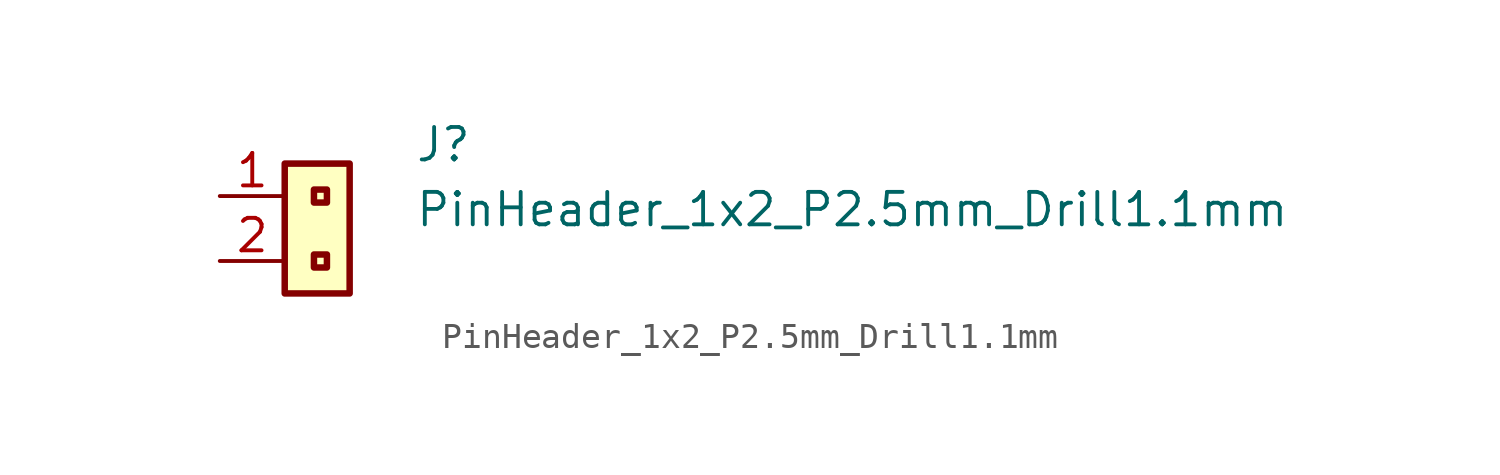
<source format=kicad_sym>
(kicad_symbol_lib
  (version 20211014)
  (generator kicad_symbol_editor)
  (symbol "PinHeader_1x2_P2.5mm_Drill1.1mm"
    (property "Reference" "J"
      (at 7.62 1.27 0)
      (effects (font (size 1.27 1.27) (thickness 0.15)) (justify left bottom)))
    (property "Value" "PinHeader_1x2_P2.5mm_Drill1.1mm"
      (at 7.62 -1.27 0)
      (effects (font (size 1.27 1.27) (thickness 0.15)) (justify left bottom)))
    (symbol "PinHeader_1x2_P2.5mm_Drill1.1mm_1_1"
      (rectangle (start 4.191 -2.794) (end 3.683 -2.286) (stroke (width 0.254) (type default) (color 0 0 0 0)) (fill (type background)))
      (rectangle (start 4.191 -0.254) (end 3.683 0.254) (stroke (width 0.254) (type default) (color 0 0 0 0)) (fill (type background)))
      (rectangle (start 5.08 -3.81) (end 2.54 1.27) (stroke (width 0.254) (type default) (color 0 0 0 0)) (fill (type background)))
      (pin passive line (at 0 0 0) (length 2.54) (name "~" (effects (font (size 1.27 1.27)))) (number "1" (effects (font (size 1.27 1.27)))))
      (pin passive line (at 0 -2.54 0) (length 2.54) (name "~" (effects (font (size 1.27 1.27)))) (number "2" (effects (font (size 1.27 1.27))))))))
</source>
